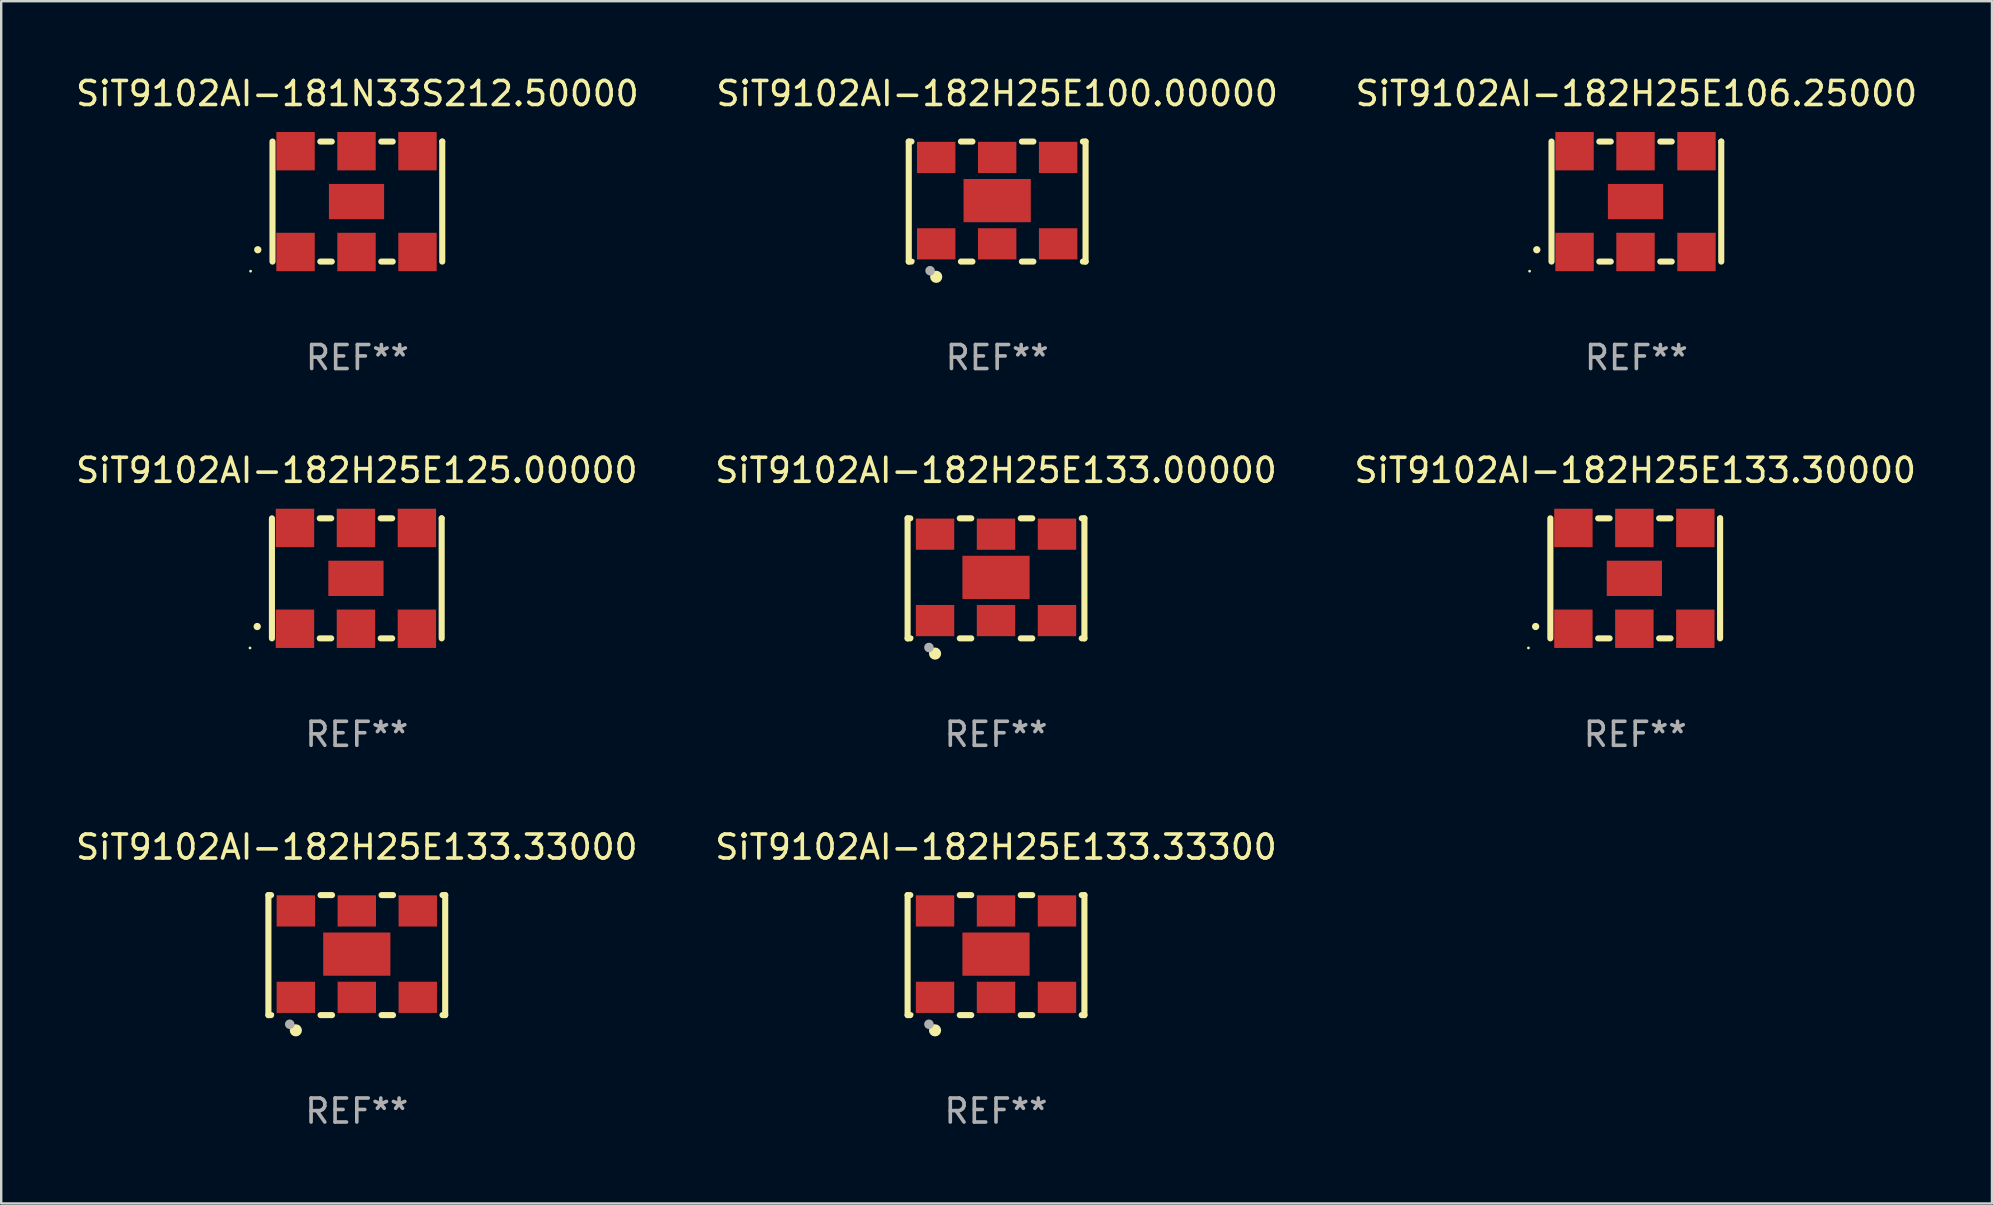
<source format=kicad_pcb>
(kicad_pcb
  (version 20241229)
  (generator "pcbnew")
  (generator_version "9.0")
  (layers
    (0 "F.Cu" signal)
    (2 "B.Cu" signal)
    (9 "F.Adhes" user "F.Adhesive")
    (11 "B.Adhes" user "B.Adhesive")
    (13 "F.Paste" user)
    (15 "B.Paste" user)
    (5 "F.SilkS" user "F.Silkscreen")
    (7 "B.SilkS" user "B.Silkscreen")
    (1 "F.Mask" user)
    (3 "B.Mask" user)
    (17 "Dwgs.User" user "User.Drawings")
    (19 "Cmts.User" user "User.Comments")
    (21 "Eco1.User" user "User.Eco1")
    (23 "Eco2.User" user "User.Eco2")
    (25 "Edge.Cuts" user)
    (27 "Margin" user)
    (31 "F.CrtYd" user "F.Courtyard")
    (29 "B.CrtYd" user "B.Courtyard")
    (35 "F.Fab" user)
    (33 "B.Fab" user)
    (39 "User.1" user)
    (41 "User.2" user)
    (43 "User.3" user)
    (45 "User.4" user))
  (footprint "SiT9102AI-182H25E133.33000"
    (layer "F.Cu")
    (at 11.815 36.741)
    (property "Reference" "SiT9102AI-182H25E133.33000" (at 0 -4.5 0) (layer "F.SilkS") (effects (font (size 1 1) (thickness 0.15))))
    (attr through_hole)
    (fp_line (start -3.683 -2.5) (end -3.571 -2.5) (stroke (width 0.254) (type solid)) (layer "F.SilkS"))
    (fp_line (start -3.683 2.5) (end -3.683 -2.5) (stroke (width 0.254) (type solid)) (layer "F.SilkS"))
    (fp_line (start -3.683 2.5) (end -3.571 2.5) (stroke (width 0.254) (type solid)) (layer "F.SilkS"))
    (fp_line (start -1.509 -2.5) (end -1.031 -2.5) (stroke (width 0.254) (type solid)) (layer "F.SilkS"))
    (fp_line (start -1.509 2.5) (end -1.031 2.5) (stroke (width 0.254) (type solid)) (layer "F.SilkS"))
    (fp_line (start 1.031 -2.5) (end 1.509 -2.5) (stroke (width 0.254) (type solid)) (layer "F.SilkS"))
    (fp_line (start 1.031 2.5) (end 1.509 2.5) (stroke (width 0.254) (type solid)) (layer "F.SilkS"))
    (fp_line (start 3.571 -2.5) (end 3.683 -2.5) (stroke (width 0.254) (type solid)) (layer "F.SilkS"))
    (fp_line (start 3.571 2.5) (end 3.683 2.5) (stroke (width 0.254) (type solid)) (layer "F.SilkS"))
    (fp_line (start 3.683 2.5) (end 3.683 -2.5) (stroke (width 0.254) (type solid)) (layer "F.SilkS"))
    (fp_circle (center -3.5 2.46) (end -3.47 2.46) (stroke (width 0.06) (type solid)) (fill no) (layer "F.SilkS"))
    (fp_circle (center -2.54 3.135) (end -2.413 3.135) (stroke (width 0.254) (type solid)) (fill no) (layer "F.SilkS"))
    (fp_circle (center -2.794 2.881) (end -2.694 2.881) (stroke (width 0.2) (type solid)) (fill no) (layer "F.Fab"))
    (fp_text user "REF**" (at 0 6.5 0) (layer "F.Fab") (effects (font (size 1 1) (thickness 0.15))))
    (pad "1" smd rect (at -2.54 1.76) (size 1.6 1.3) (layers "F.Cu" "F.Mask" "F.Paste"))
    (pad "2" smd rect (at 0 1.76) (size 1.6 1.3) (layers "F.Cu" "F.Mask" "F.Paste"))
    (pad "3" smd rect (at 2.54 1.76) (size 1.6 1.3) (layers "F.Cu" "F.Mask" "F.Paste"))
    (pad "4" smd rect (at 2.54 -1.84) (size 1.6 1.3) (layers "F.Cu" "F.Mask" "F.Paste"))
    (pad "5" smd rect (at 0 -1.84) (size 1.6 1.3) (layers "F.Cu" "F.Mask" "F.Paste"))
    (pad "6" smd rect (at -2.54 -1.84) (size 1.6 1.3) (layers "F.Cu" "F.Mask" "F.Paste"))
    (pad "7" smd rect (at 0 -0.04) (size 2.8 1.8) (layers "F.Cu" "F.Mask" "F.Paste")))
  (footprint "SiT9102AI-182H25E106.25000"
    (layer "F.Cu")
    (at 65.125 5.348)
    (property "Reference" "SiT9102AI-182H25E106.25000" (at 0 -4.5 0) (layer "F.SilkS") (effects (font (size 1 1) (thickness 0.15))))
    (attr through_hole)
    (fp_line (start -3.536 -2.5) (end -3.536 2.5) (stroke (width 0.254) (type solid)) (layer "F.SilkS"))
    (fp_line (start -1.544 2.5) (end -1.067 2.5) (stroke (width 0.254) (type solid)) (layer "F.SilkS"))
    (fp_line (start -1.067 -2.5) (end -1.544 -2.5) (stroke (width 0.254) (type solid)) (layer "F.SilkS"))
    (fp_line (start 0.996 2.5) (end 1.473 2.5) (stroke (width 0.254) (type solid)) (layer "F.SilkS"))
    (fp_line (start 1.473 -2.5) (end 0.996 -2.5) (stroke (width 0.254) (type solid)) (layer "F.SilkS"))
    (fp_line (start 3.536 -2.5) (end 3.536 -2.5) (stroke (width 0.254) (type solid)) (layer "F.SilkS"))
    (fp_line (start 3.536 2.5) (end 3.536 -2.5) (stroke (width 0.254) (type solid)) (layer "F.SilkS"))
    (fp_arc (start -4.150432 2.006604) (mid -4.149162 2.006599) (end -4.147892 2.006604) (stroke (width 0.3) (type solid)) (layer "F.SilkS"))
    (fp_circle (center -4.449 2.9) (end -4.419 2.9) (stroke (width 0.06) (type solid)) (fill no) (layer "F.SilkS"))
    (fp_text user "REF**" (at 0 6.5 0) (layer "F.Fab") (effects (font (size 1 1) (thickness 0.15))))
    (pad "1" smd rect (at -2.576 2.1) (size 1.6 1.6) (layers "F.Cu" "F.Mask" "F.Paste"))
    (pad "2" smd rect (at -0.036 2.1) (size 1.6 1.6) (layers "F.Cu" "F.Mask" "F.Paste"))
    (pad "3" smd rect (at 2.504 2.1) (size 1.6 1.6) (layers "F.Cu" "F.Mask" "F.Paste"))
    (pad "4" smd rect (at 2.504 -2.1) (size 1.6 1.6) (layers "F.Cu" "F.Mask" "F.Paste"))
    (pad "5" smd rect (at -0.036 -2.1) (size 1.6 1.6) (layers "F.Cu" "F.Mask" "F.Paste"))
    (pad "6" smd rect (at -2.576 -2.1) (size 1.6 1.6) (layers "F.Cu" "F.Mask" "F.Paste"))
    (pad "7" smd rect (at -0.036 0) (size 2.3 1.47) (layers "F.Cu" "F.Mask" "F.Paste")))
  (footprint "SiT9102AI-182H25E133.30000"
    (layer "F.Cu")
    (at 65.077 21.045)
    (property "Reference" "SiT9102AI-182H25E133.30000" (at 0 -4.5 0) (layer "F.SilkS") (effects (font (size 1 1) (thickness 0.15))))
    (attr through_hole)
    (fp_line (start -3.536 -2.5) (end -3.536 2.5) (stroke (width 0.254) (type solid)) (layer "F.SilkS"))
    (fp_line (start -1.544 2.5) (end -1.067 2.5) (stroke (width 0.254) (type solid)) (layer "F.SilkS"))
    (fp_line (start -1.067 -2.5) (end -1.544 -2.5) (stroke (width 0.254) (type solid)) (layer "F.SilkS"))
    (fp_line (start 0.996 2.5) (end 1.473 2.5) (stroke (width 0.254) (type solid)) (layer "F.SilkS"))
    (fp_line (start 1.473 -2.5) (end 0.996 -2.5) (stroke (width 0.254) (type solid)) (layer "F.SilkS"))
    (fp_line (start 3.536 -2.5) (end 3.536 -2.5) (stroke (width 0.254) (type solid)) (layer "F.SilkS"))
    (fp_line (start 3.536 2.5) (end 3.536 -2.5) (stroke (width 0.254) (type solid)) (layer "F.SilkS"))
    (fp_arc (start -4.150432 2.006604) (mid -4.149162 2.006599) (end -4.147892 2.006604) (stroke (width 0.3) (type solid)) (layer "F.SilkS"))
    (fp_circle (center -4.449 2.9) (end -4.419 2.9) (stroke (width 0.06) (type solid)) (fill no) (layer "F.SilkS"))
    (fp_text user "REF**" (at 0 6.5 0) (layer "F.Fab") (effects (font (size 1 1) (thickness 0.15))))
    (pad "1" smd rect (at -2.576 2.1) (size 1.6 1.6) (layers "F.Cu" "F.Mask" "F.Paste"))
    (pad "2" smd rect (at -0.036 2.1) (size 1.6 1.6) (layers "F.Cu" "F.Mask" "F.Paste"))
    (pad "3" smd rect (at 2.504 2.1) (size 1.6 1.6) (layers "F.Cu" "F.Mask" "F.Paste"))
    (pad "4" smd rect (at 2.504 -2.1) (size 1.6 1.6) (layers "F.Cu" "F.Mask" "F.Paste"))
    (pad "5" smd rect (at -0.036 -2.1) (size 1.6 1.6) (layers "F.Cu" "F.Mask" "F.Paste"))
    (pad "6" smd rect (at -2.576 -2.1) (size 1.6 1.6) (layers "F.Cu" "F.Mask" "F.Paste"))
    (pad "7" smd rect (at -0.036 0) (size 2.3 1.47) (layers "F.Cu" "F.Mask" "F.Paste")))
  (footprint "SiT9102AI-181N33S212.50000"
    (layer "F.Cu")
    (at 11.839 5.348)
    (property "Reference" "SiT9102AI-181N33S212.50000" (at 0 -4.5 0) (layer "F.SilkS") (effects (font (size 1 1) (thickness 0.15))))
    (attr through_hole)
    (fp_line (start -3.536 -2.5) (end -3.536 2.5) (stroke (width 0.254) (type solid)) (layer "F.SilkS"))
    (fp_line (start -1.544 2.5) (end -1.067 2.5) (stroke (width 0.254) (type solid)) (layer "F.SilkS"))
    (fp_line (start -1.067 -2.5) (end -1.544 -2.5) (stroke (width 0.254) (type solid)) (layer "F.SilkS"))
    (fp_line (start 0.996 2.5) (end 1.473 2.5) (stroke (width 0.254) (type solid)) (layer "F.SilkS"))
    (fp_line (start 1.473 -2.5) (end 0.996 -2.5) (stroke (width 0.254) (type solid)) (layer "F.SilkS"))
    (fp_line (start 3.536 -2.5) (end 3.536 -2.5) (stroke (width 0.254) (type solid)) (layer "F.SilkS"))
    (fp_line (start 3.536 2.5) (end 3.536 -2.5) (stroke (width 0.254) (type solid)) (layer "F.SilkS"))
    (fp_arc (start -4.150432 2.006604) (mid -4.149162 2.006599) (end -4.147892 2.006604) (stroke (width 0.3) (type solid)) (layer "F.SilkS"))
    (fp_circle (center -4.449 2.9) (end -4.419 2.9) (stroke (width 0.06) (type solid)) (fill no) (layer "F.SilkS"))
    (fp_text user "REF**" (at 0 6.5 0) (layer "F.Fab") (effects (font (size 1 1) (thickness 0.15))))
    (pad "1" smd rect (at -2.576 2.1) (size 1.6 1.6) (layers "F.Cu" "F.Mask" "F.Paste"))
    (pad "2" smd rect (at -0.036 2.1) (size 1.6 1.6) (layers "F.Cu" "F.Mask" "F.Paste"))
    (pad "3" smd rect (at 2.504 2.1) (size 1.6 1.6) (layers "F.Cu" "F.Mask" "F.Paste"))
    (pad "4" smd rect (at 2.504 -2.1) (size 1.6 1.6) (layers "F.Cu" "F.Mask" "F.Paste"))
    (pad "5" smd rect (at -0.036 -2.1) (size 1.6 1.6) (layers "F.Cu" "F.Mask" "F.Paste"))
    (pad "6" smd rect (at -2.576 -2.1) (size 1.6 1.6) (layers "F.Cu" "F.Mask" "F.Paste"))
    (pad "7" smd rect (at -0.036 0) (size 2.3 1.47) (layers "F.Cu" "F.Mask" "F.Paste")))
  (footprint "SiT9102AI-182H25E125.00000"
    (layer "F.Cu")
    (at 11.815 21.045)
    (property "Reference" "SiT9102AI-182H25E125.00000" (at 0 -4.5 0) (layer "F.SilkS") (effects (font (size 1 1) (thickness 0.15))))
    (attr through_hole)
    (fp_line (start -3.536 -2.5) (end -3.536 2.5) (stroke (width 0.254) (type solid)) (layer "F.SilkS"))
    (fp_line (start -1.544 2.5) (end -1.067 2.5) (stroke (width 0.254) (type solid)) (layer "F.SilkS"))
    (fp_line (start -1.067 -2.5) (end -1.544 -2.5) (stroke (width 0.254) (type solid)) (layer "F.SilkS"))
    (fp_line (start 0.996 2.5) (end 1.473 2.5) (stroke (width 0.254) (type solid)) (layer "F.SilkS"))
    (fp_line (start 1.473 -2.5) (end 0.996 -2.5) (stroke (width 0.254) (type solid)) (layer "F.SilkS"))
    (fp_line (start 3.536 -2.5) (end 3.536 -2.5) (stroke (width 0.254) (type solid)) (layer "F.SilkS"))
    (fp_line (start 3.536 2.5) (end 3.536 -2.5) (stroke (width 0.254) (type solid)) (layer "F.SilkS"))
    (fp_arc (start -4.150432 2.006604) (mid -4.149162 2.006599) (end -4.147892 2.006604) (stroke (width 0.3) (type solid)) (layer "F.SilkS"))
    (fp_circle (center -4.449 2.9) (end -4.419 2.9) (stroke (width 0.06) (type solid)) (fill no) (layer "F.SilkS"))
    (fp_text user "REF**" (at 0 6.5 0) (layer "F.Fab") (effects (font (size 1 1) (thickness 0.15))))
    (pad "1" smd rect (at -2.576 2.1) (size 1.6 1.6) (layers "F.Cu" "F.Mask" "F.Paste"))
    (pad "2" smd rect (at -0.036 2.1) (size 1.6 1.6) (layers "F.Cu" "F.Mask" "F.Paste"))
    (pad "3" smd rect (at 2.504 2.1) (size 1.6 1.6) (layers "F.Cu" "F.Mask" "F.Paste"))
    (pad "4" smd rect (at 2.504 -2.1) (size 1.6 1.6) (layers "F.Cu" "F.Mask" "F.Paste"))
    (pad "5" smd rect (at -0.036 -2.1) (size 1.6 1.6) (layers "F.Cu" "F.Mask" "F.Paste"))
    (pad "6" smd rect (at -2.576 -2.1) (size 1.6 1.6) (layers "F.Cu" "F.Mask" "F.Paste"))
    (pad "7" smd rect (at -0.036 0) (size 2.3 1.47) (layers "F.Cu" "F.Mask" "F.Paste")))
  (footprint "SiT9102AI-182H25E133.33300"
    (layer "F.Cu")
    (at 38.446 36.741)
    (property "Reference" "SiT9102AI-182H25E133.33300" (at 0 -4.5 0) (layer "F.SilkS") (effects (font (size 1 1) (thickness 0.15))))
    (attr through_hole)
    (fp_line (start -3.683 -2.5) (end -3.571 -2.5) (stroke (width 0.254) (type solid)) (layer "F.SilkS"))
    (fp_line (start -3.683 2.5) (end -3.683 -2.5) (stroke (width 0.254) (type solid)) (layer "F.SilkS"))
    (fp_line (start -3.683 2.5) (end -3.571 2.5) (stroke (width 0.254) (type solid)) (layer "F.SilkS"))
    (fp_line (start -1.509 -2.5) (end -1.031 -2.5) (stroke (width 0.254) (type solid)) (layer "F.SilkS"))
    (fp_line (start -1.509 2.5) (end -1.031 2.5) (stroke (width 0.254) (type solid)) (layer "F.SilkS"))
    (fp_line (start 1.031 -2.5) (end 1.509 -2.5) (stroke (width 0.254) (type solid)) (layer "F.SilkS"))
    (fp_line (start 1.031 2.5) (end 1.509 2.5) (stroke (width 0.254) (type solid)) (layer "F.SilkS"))
    (fp_line (start 3.571 -2.5) (end 3.683 -2.5) (stroke (width 0.254) (type solid)) (layer "F.SilkS"))
    (fp_line (start 3.571 2.5) (end 3.683 2.5) (stroke (width 0.254) (type solid)) (layer "F.SilkS"))
    (fp_line (start 3.683 2.5) (end 3.683 -2.5) (stroke (width 0.254) (type solid)) (layer "F.SilkS"))
    (fp_circle (center -3.5 2.46) (end -3.47 2.46) (stroke (width 0.06) (type solid)) (fill no) (layer "F.SilkS"))
    (fp_circle (center -2.54 3.135) (end -2.413 3.135) (stroke (width 0.254) (type solid)) (fill no) (layer "F.SilkS"))
    (fp_circle (center -2.794 2.881) (end -2.694 2.881) (stroke (width 0.2) (type solid)) (fill no) (layer "F.Fab"))
    (fp_text user "REF**" (at 0 6.5 0) (layer "F.Fab") (effects (font (size 1 1) (thickness 0.15))))
    (pad "1" smd rect (at -2.54 1.76) (size 1.6 1.3) (layers "F.Cu" "F.Mask" "F.Paste"))
    (pad "2" smd rect (at 0 1.76) (size 1.6 1.3) (layers "F.Cu" "F.Mask" "F.Paste"))
    (pad "3" smd rect (at 2.54 1.76) (size 1.6 1.3) (layers "F.Cu" "F.Mask" "F.Paste"))
    (pad "4" smd rect (at 2.54 -1.84) (size 1.6 1.3) (layers "F.Cu" "F.Mask" "F.Paste"))
    (pad "5" smd rect (at 0 -1.84) (size 1.6 1.3) (layers "F.Cu" "F.Mask" "F.Paste"))
    (pad "6" smd rect (at -2.54 -1.84) (size 1.6 1.3) (layers "F.Cu" "F.Mask" "F.Paste"))
    (pad "7" smd rect (at 0 -0.04) (size 2.8 1.8) (layers "F.Cu" "F.Mask" "F.Paste")))
  (footprint "SiT9102AI-182H25E133.00000"
    (layer "F.Cu")
    (at 38.446 21.045)
    (property "Reference" "SiT9102AI-182H25E133.00000" (at 0 -4.5 0) (layer "F.SilkS") (effects (font (size 1 1) (thickness 0.15))))
    (attr through_hole)
    (fp_line (start -3.683 -2.5) (end -3.571 -2.5) (stroke (width 0.254) (type solid)) (layer "F.SilkS"))
    (fp_line (start -3.683 2.5) (end -3.683 -2.5) (stroke (width 0.254) (type solid)) (layer "F.SilkS"))
    (fp_line (start -3.683 2.5) (end -3.571 2.5) (stroke (width 0.254) (type solid)) (layer "F.SilkS"))
    (fp_line (start -1.509 -2.5) (end -1.031 -2.5) (stroke (width 0.254) (type solid)) (layer "F.SilkS"))
    (fp_line (start -1.509 2.5) (end -1.031 2.5) (stroke (width 0.254) (type solid)) (layer "F.SilkS"))
    (fp_line (start 1.031 -2.5) (end 1.509 -2.5) (stroke (width 0.254) (type solid)) (layer "F.SilkS"))
    (fp_line (start 1.031 2.5) (end 1.509 2.5) (stroke (width 0.254) (type solid)) (layer "F.SilkS"))
    (fp_line (start 3.571 -2.5) (end 3.683 -2.5) (stroke (width 0.254) (type solid)) (layer "F.SilkS"))
    (fp_line (start 3.571 2.5) (end 3.683 2.5) (stroke (width 0.254) (type solid)) (layer "F.SilkS"))
    (fp_line (start 3.683 2.5) (end 3.683 -2.5) (stroke (width 0.254) (type solid)) (layer "F.SilkS"))
    (fp_circle (center -3.5 2.46) (end -3.47 2.46) (stroke (width 0.06) (type solid)) (fill no) (layer "F.SilkS"))
    (fp_circle (center -2.54 3.135) (end -2.413 3.135) (stroke (width 0.254) (type solid)) (fill no) (layer "F.SilkS"))
    (fp_circle (center -2.794 2.881) (end -2.694 2.881) (stroke (width 0.2) (type solid)) (fill no) (layer "F.Fab"))
    (fp_text user "REF**" (at 0 6.5 0) (layer "F.Fab") (effects (font (size 1 1) (thickness 0.15))))
    (pad "1" smd rect (at -2.54 1.76) (size 1.6 1.3) (layers "F.Cu" "F.Mask" "F.Paste"))
    (pad "2" smd rect (at 0 1.76) (size 1.6 1.3) (layers "F.Cu" "F.Mask" "F.Paste"))
    (pad "3" smd rect (at 2.54 1.76) (size 1.6 1.3) (layers "F.Cu" "F.Mask" "F.Paste"))
    (pad "4" smd rect (at 2.54 -1.84) (size 1.6 1.3) (layers "F.Cu" "F.Mask" "F.Paste"))
    (pad "5" smd rect (at 0 -1.84) (size 1.6 1.3) (layers "F.Cu" "F.Mask" "F.Paste"))
    (pad "6" smd rect (at -2.54 -1.84) (size 1.6 1.3) (layers "F.Cu" "F.Mask" "F.Paste"))
    (pad "7" smd rect (at 0 -0.04) (size 2.8 1.8) (layers "F.Cu" "F.Mask" "F.Paste")))
  (footprint "SiT9102AI-182H25E100.00000"
    (layer "F.Cu")
    (at 38.494 5.348)
    (property "Reference" "SiT9102AI-182H25E100.00000" (at 0 -4.5 0) (layer "F.SilkS") (effects (font (size 1 1) (thickness 0.15))))
    (attr through_hole)
    (fp_line (start -3.683 -2.5) (end -3.571 -2.5) (stroke (width 0.254) (type solid)) (layer "F.SilkS"))
    (fp_line (start -3.683 2.5) (end -3.683 -2.5) (stroke (width 0.254) (type solid)) (layer "F.SilkS"))
    (fp_line (start -3.683 2.5) (end -3.571 2.5) (stroke (width 0.254) (type solid)) (layer "F.SilkS"))
    (fp_line (start -1.509 -2.5) (end -1.031 -2.5) (stroke (width 0.254) (type solid)) (layer "F.SilkS"))
    (fp_line (start -1.509 2.5) (end -1.031 2.5) (stroke (width 0.254) (type solid)) (layer "F.SilkS"))
    (fp_line (start 1.031 -2.5) (end 1.509 -2.5) (stroke (width 0.254) (type solid)) (layer "F.SilkS"))
    (fp_line (start 1.031 2.5) (end 1.509 2.5) (stroke (width 0.254) (type solid)) (layer "F.SilkS"))
    (fp_line (start 3.571 -2.5) (end 3.683 -2.5) (stroke (width 0.254) (type solid)) (layer "F.SilkS"))
    (fp_line (start 3.571 2.5) (end 3.683 2.5) (stroke (width 0.254) (type solid)) (layer "F.SilkS"))
    (fp_line (start 3.683 2.5) (end 3.683 -2.5) (stroke (width 0.254) (type solid)) (layer "F.SilkS"))
    (fp_circle (center -3.5 2.46) (end -3.47 2.46) (stroke (width 0.06) (type solid)) (fill no) (layer "F.SilkS"))
    (fp_circle (center -2.54 3.135) (end -2.413 3.135) (stroke (width 0.254) (type solid)) (fill no) (layer "F.SilkS"))
    (fp_circle (center -2.794 2.881) (end -2.694 2.881) (stroke (width 0.2) (type solid)) (fill no) (layer "F.Fab"))
    (fp_text user "REF**" (at 0 6.5 0) (layer "F.Fab") (effects (font (size 1 1) (thickness 0.15))))
    (pad "1" smd rect (at -2.54 1.76) (size 1.6 1.3) (layers "F.Cu" "F.Mask" "F.Paste"))
    (pad "2" smd rect (at 0 1.76) (size 1.6 1.3) (layers "F.Cu" "F.Mask" "F.Paste"))
    (pad "3" smd rect (at 2.54 1.76) (size 1.6 1.3) (layers "F.Cu" "F.Mask" "F.Paste"))
    (pad "4" smd rect (at 2.54 -1.84) (size 1.6 1.3) (layers "F.Cu" "F.Mask" "F.Paste"))
    (pad "5" smd rect (at 0 -1.84) (size 1.6 1.3) (layers "F.Cu" "F.Mask" "F.Paste"))
    (pad "6" smd rect (at -2.54 -1.84) (size 1.6 1.3) (layers "F.Cu" "F.Mask" "F.Paste"))
    (pad "7" smd rect (at 0 -0.04) (size 2.8 1.8) (layers "F.Cu" "F.Mask" "F.Paste")))
  (gr_rect
    (start -3 -3)
    (end 79.94 47.09)
    (stroke (width 0.1) (type default))
    (fill no)
    (layer "Edge.Cuts")))
</source>
